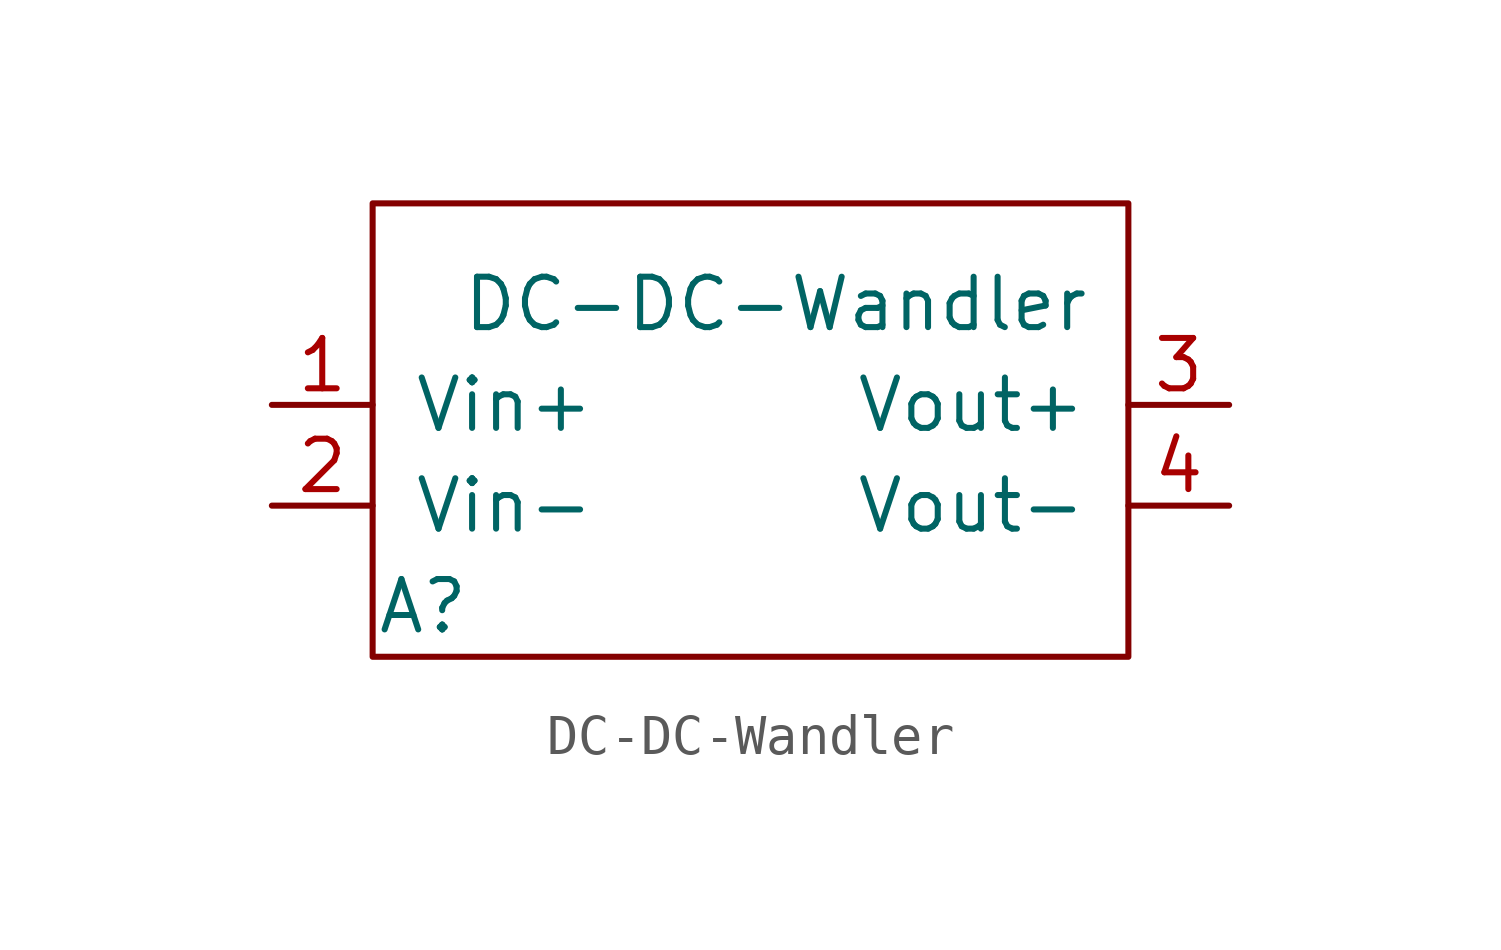
<source format=kicad_sym>
(kicad_symbol_lib
  (version 20211014)
  (generator kicad_symbol_editor)
  (symbol "DC-DC-Wandler"
    (pin_names
      (offset 1.016))
    (property "Reference" "A"
      (at 1.27 2.54 0)
      (effects (font (size 1.27 1.27))))
    (property "Value" "DC-DC-Wandler"
      (at 10.16 10.16 0)
      (effects (font (size 1.27 1.27))))
    (symbol "DC-DC-Wandler_0_1"
      (rectangle (start 0 12.7) (end 19.05 1.27) (stroke (width 0) (type default) (color 0 0 0 0)) (fill (type none))))
    (symbol "DC-DC-Wandler_1_1"
      (pin power_in line (at -2.54 7.62 0) (length 2.54) (name "Vin+" (effects (font (size 1.27 1.27)))) (number "1" (effects (font (size 1.27 1.27)))))
      (pin power_in line (at -2.54 5.08 0) (length 2.54) (name "Vin-" (effects (font (size 1.27 1.27)))) (number "2" (effects (font (size 1.27 1.27)))))
      (pin power_out line (at 21.59 7.62 180) (length 2.54) (name "Vout+" (effects (font (size 1.27 1.27)))) (number "3" (effects (font (size 1.27 1.27)))))
      (pin power_out line (at 21.59 5.08 180) (length 2.54) (name "Vout-" (effects (font (size 1.27 1.27)))) (number "4" (effects (font (size 1.27 1.27))))))))
</source>
